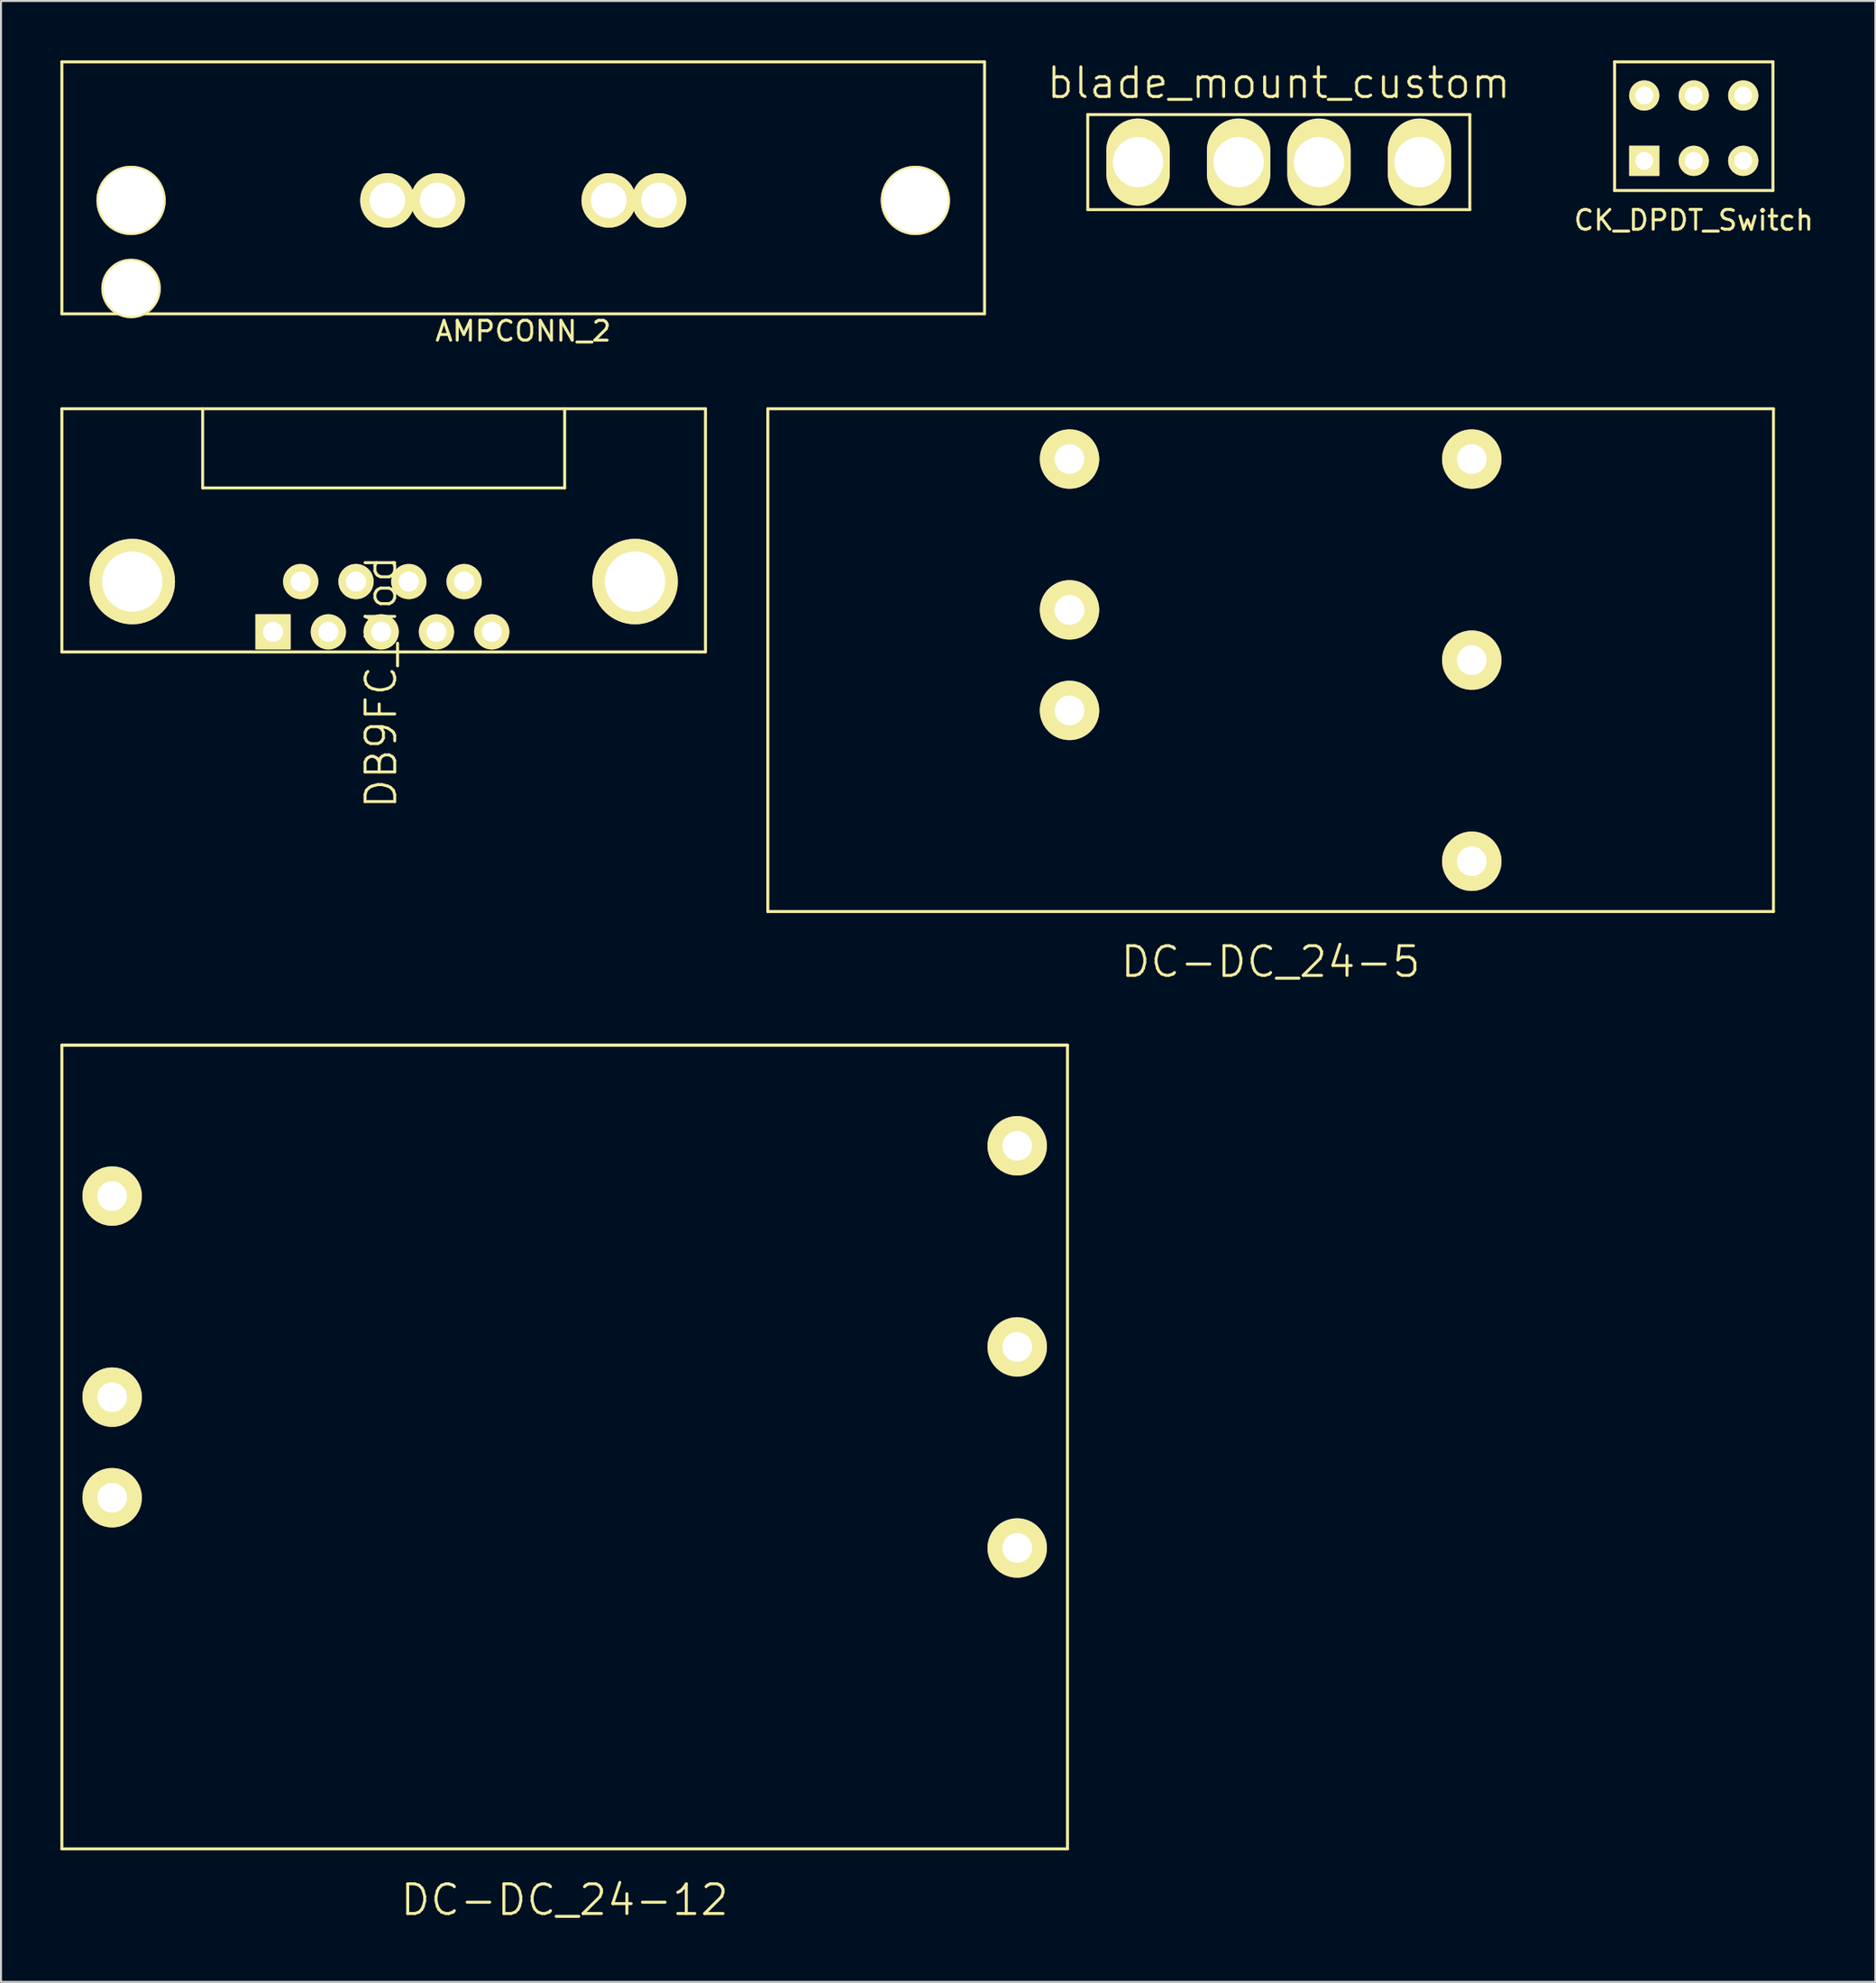
<source format=kicad_pcb>
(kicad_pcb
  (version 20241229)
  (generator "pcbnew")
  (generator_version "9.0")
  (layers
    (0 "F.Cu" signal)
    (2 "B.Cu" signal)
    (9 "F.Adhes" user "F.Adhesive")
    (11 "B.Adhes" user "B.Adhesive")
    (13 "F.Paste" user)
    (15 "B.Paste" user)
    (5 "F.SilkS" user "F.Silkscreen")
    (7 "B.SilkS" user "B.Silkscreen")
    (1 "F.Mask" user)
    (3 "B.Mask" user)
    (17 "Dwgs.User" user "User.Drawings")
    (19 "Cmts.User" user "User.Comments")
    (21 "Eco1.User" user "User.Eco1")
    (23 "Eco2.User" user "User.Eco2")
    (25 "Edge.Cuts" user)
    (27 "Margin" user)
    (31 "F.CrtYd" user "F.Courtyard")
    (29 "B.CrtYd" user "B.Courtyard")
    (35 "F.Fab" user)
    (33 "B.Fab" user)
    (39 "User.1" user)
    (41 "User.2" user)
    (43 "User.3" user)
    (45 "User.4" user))
  (footprint "DB9FC_Mod"
    (layer "F.Cu")
    (at 16.204 27.602)
    (property "Reference" "DB9FC_Mod" (at 0 3.81 90) (layer "F.SilkS") (effects (font (size 1.5 1.5) (thickness 0.15))))
    (attr through_hole)
    (fp_line (start -16.129 -10) (end -16.129 2.286) (stroke (width 0.15) (type solid)) (layer "F.SilkS"))
    (fp_line (start -16.129 2.286) (end 16.383 2.286) (stroke (width 0.15) (type solid)) (layer "F.SilkS"))
    (fp_line (start -9.017 -10) (end -9.017 -6) (stroke (width 0.15) (type solid)) (layer "F.SilkS"))
    (fp_line (start -9.017 -6) (end 9.271 -6) (stroke (width 0.15) (type solid)) (layer "F.SilkS"))
    (fp_line (start 9.271 -6) (end 9.271 -10) (stroke (width 0.15) (type solid)) (layer "F.SilkS"))
    (fp_line (start 16.383 -10) (end -16.129 -10) (stroke (width 0.15) (type solid)) (layer "F.SilkS"))
    (fp_line (start 16.383 2.286) (end 16.383 -10) (stroke (width 0.15) (type solid)) (layer "F.SilkS"))
    (pad "" thru_hole circle (at -12.573 -1.27) (size 4.318 4.318) (drill 3.048) (layers "*.Cu" "*.Mask" "F.SilkS"))
    (pad "" thru_hole circle (at 12.827 -1.27) (size 4.318 4.318) (drill 3.048) (layers "*.Cu" "*.Mask" "F.SilkS"))
    (pad "1" thru_hole rect (at -5.461 1.27) (size 1.778 1.778) (drill 1.016) (layers "*.Cu" "*.Mask" "F.SilkS"))
    (pad "2" thru_hole circle (at -2.667 1.27) (size 1.778 1.778) (drill 1.016) (layers "*.Cu" "*.Mask" "F.SilkS"))
    (pad "3" thru_hole circle (at 0 1.27) (size 1.778 1.778) (drill 1.016) (layers "*.Cu" "*.Mask" "F.SilkS"))
    (pad "4" thru_hole circle (at 2.794 1.27) (size 1.778 1.778) (drill 1.016) (layers "*.Cu" "*.Mask" "F.SilkS"))
    (pad "5" thru_hole circle (at 5.588 1.27) (size 1.778 1.778) (drill 1.016) (layers "*.Cu" "*.Mask" "F.SilkS"))
    (pad "6" thru_hole circle (at -4.064 -1.27) (size 1.778 1.778) (drill 1.016) (layers "*.Cu" "*.Mask" "F.SilkS"))
    (pad "7" thru_hole circle (at -1.27 -1.27) (size 1.778 1.778) (drill 1.016) (layers "*.Cu" "*.Mask" "F.SilkS"))
    (pad "8" thru_hole circle (at 1.397 -1.27) (size 1.778 1.778) (drill 1.016) (layers "*.Cu" "*.Mask" "F.SilkS"))
    (pad "9" thru_hole circle (at 4.191 -1.27) (size 1.778 1.778) (drill 1.016) (layers "*.Cu" "*.Mask" "F.SilkS")))
  (footprint "AMPCONN_2"
    (layer "F.Cu")
    (at 23.38 7.075)
    (property "Reference" "AMPCONN_2" (at 0 6.604 0) (layer "F.SilkS") (effects (font (size 1 1) (thickness 0.15))))
    (attr through_hole)
    (fp_line (start -23.305 -7) (end -23.305 5.73) (stroke (width 0.15) (type solid)) (layer "F.SilkS"))
    (fp_line (start 23.305 -7) (end -23.305 -7) (stroke (width 0.15) (type solid)) (layer "F.SilkS"))
    (fp_line (start 23.305 -7) (end 23.305 5.73) (stroke (width 0.15) (type solid)) (layer "F.SilkS"))
    (fp_line (start 23.305 5.73) (end -23.305 5.73) (stroke (width 0.15) (type solid)) (layer "F.SilkS"))
    (pad "0" thru_hole circle (at -19.81 0) (size 3.5 3.5) (drill 3.3) (layers "*.Cu" "*.Mask" "F.SilkS"))
    (pad "0" thru_hole circle (at -19.81 4.45) (size 3 3) (drill 2.79) (layers "*.Cu" "*.Mask" "F.SilkS"))
    (pad "0" thru_hole circle (at 19.81 0) (size 3.5 3.5) (drill 3.3) (layers "*.Cu" "*.Mask" "F.SilkS"))
    (pad "1" thru_hole circle (at -6.86 0) (size 2.75 2.75) (drill 1.8) (layers "*.Cu" "*.Mask" "F.SilkS"))
    (pad "1" thru_hole circle (at -4.32 0) (size 2.75 2.75) (drill 1.8) (layers "*.Cu" "*.Mask" "F.SilkS"))
    (pad "2" thru_hole circle (at 4.32 0) (size 2.75 2.75) (drill 1.8) (layers "*.Cu" "*.Mask" "F.SilkS"))
    (pad "2" thru_hole circle (at 6.86 0) (size 2.75 2.75) (drill 1.8) (layers "*.Cu" "*.Mask" "F.SilkS")))
  (footprint "DC-DC_24-12"
    (layer "F.Cu")
    (at 25.475 70.078)
    (property "Reference" "DC-DC_24-12" (at 0 22.86 0) (layer "F.SilkS") (effects (font (size 1.5 1.5) (thickness 0.15))))
    (attr through_hole)
    (fp_line (start -25.4 -20.32) (end -25.4 20.28) (stroke (width 0.15) (type solid)) (layer "F.SilkS"))
    (fp_line (start -25.4 -20.32) (end 25.4 -20.32) (stroke (width 0.15) (type solid)) (layer "F.SilkS"))
    (fp_line (start -25.4 -20.32) (end 25.4 -20.32) (stroke (width 0.15) (type solid)) (layer "F.SilkS"))
    (fp_line (start -25.4 20.28) (end 25.4 20.28) (stroke (width 0.15) (type solid)) (layer "F.SilkS"))
    (fp_line (start 25.4 -20.32) (end 25.4 20.28) (stroke (width 0.15) (type solid)) (layer "F.SilkS"))
    (pad "1" thru_hole circle (at -22.86 2.54) (size 3 3) (drill 1.5) (layers "*.Cu" "*.Mask" "F.SilkS"))
    (pad "2" thru_hole circle (at -22.86 -2.54) (size 3 3) (drill 1.5) (layers "*.Cu" "*.Mask" "F.SilkS"))
    (pad "3" thru_hole circle (at -22.86 -12.7) (size 3 3) (drill 1.5) (layers "*.Cu" "*.Mask" "F.SilkS"))
    (pad "4" thru_hole circle (at 22.86 -15.24) (size 3 3) (drill 1.5) (layers "*.Cu" "*.Mask" "F.SilkS"))
    (pad "5" thru_hole circle (at 22.86 -5.08) (size 3 3) (drill 1.5) (layers "*.Cu" "*.Mask" "F.SilkS"))
    (pad "6" thru_hole circle (at 22.86 5.08) (size 3 3) (drill 1.5) (layers "*.Cu" "*.Mask" "F.SilkS")))
  (footprint "DC-DC_24-5"
    (layer "F.Cu")
    (at 61.137 30.302)
    (property "Reference" "DC-DC_24-5" (at 0 15.24 0) (layer "F.SilkS") (effects (font (size 1.5 1.5) (thickness 0.15))))
    (attr through_hole)
    (fp_line (start -25.4 -12.7) (end -25.4 12.7) (stroke (width 0.15) (type solid)) (layer "F.SilkS"))
    (fp_line (start -25.4 -12.7) (end 25.4 -12.7) (stroke (width 0.15) (type solid)) (layer "F.SilkS"))
    (fp_line (start -25.4 12.7) (end 25.4 12.7) (stroke (width 0.15) (type solid)) (layer "F.SilkS"))
    (fp_line (start 25.4 -12.7) (end 25.4 12.7) (stroke (width 0.15) (type solid)) (layer "F.SilkS"))
    (pad "1" thru_hole circle (at -10.16 -2.54) (size 3 3) (drill 1.5) (layers "*.Cu" "*.Mask" "F.SilkS"))
    (pad "2" thru_hole circle (at -10.16 2.54) (size 3 3) (drill 1.5) (layers "*.Cu" "*.Mask" "F.SilkS"))
    (pad "3" thru_hole circle (at 10.16 10.16) (size 3 3) (drill 1.5) (layers "*.Cu" "*.Mask" "F.SilkS"))
    (pad "4" thru_hole circle (at 10.16 0) (size 3 3) (drill 1.5) (layers "*.Cu" "*.Mask" "F.SilkS"))
    (pad "5" thru_hole circle (at 10.16 -10.16) (size 3 3) (drill 1.5) (layers "*.Cu" "*.Mask" "F.SilkS"))
    (pad "6" thru_hole circle (at -10.16 -10.16) (size 3 3) (drill 1.5) (layers "*.Cu" "*.Mask" "F.SilkS")))
  (footprint "CK_DPDT_Switch"
    (layer "F.Cu")
    (at 80.011 5.075)
    (property "Reference" "CK_DPDT_Switch" (at 2.5 3 0) (layer "F.SilkS") (effects (font (size 1 1) (thickness 0.15))))
    (attr through_hole)
    (fp_line (start -1.5 -5) (end 6.5 -5) (stroke (width 0.15) (type solid)) (layer "F.SilkS"))
    (fp_line (start -1.5 1.5) (end -1.5 -5) (stroke (width 0.15) (type solid)) (layer "F.SilkS"))
    (fp_line (start 6.5 -5) (end 6.5 1.5) (stroke (width 0.15) (type solid)) (layer "F.SilkS"))
    (fp_line (start 6.5 1.5) (end -1.5 1.5) (stroke (width 0.15) (type solid)) (layer "F.SilkS"))
    (pad "1" thru_hole rect (at 0 0) (size 1.524 1.524) (drill 0.9) (layers "*.Cu" "*.Mask" "F.SilkS"))
    (pad "2" thru_hole circle (at 2.5 0) (size 1.524 1.524) (drill 0.9) (layers "*.Cu" "*.Mask" "F.SilkS"))
    (pad "3" thru_hole circle (at 5 0) (size 1.524 1.524) (drill 0.9) (layers "*.Cu" "*.Mask" "F.SilkS"))
    (pad "4" thru_hole circle (at 0 -3.3) (size 1.524 1.524) (drill 0.9) (layers "*.Cu" "*.Mask" "F.SilkS"))
    (pad "5" thru_hole circle (at 2.5 -3.3) (size 1.524 1.524) (drill 0.9) (layers "*.Cu" "*.Mask" "F.SilkS"))
    (pad "6" thru_hole circle (at 5 -3.3) (size 1.524 1.524) (drill 0.9) (layers "*.Cu" "*.Mask" "F.SilkS")))
  (footprint "blade_mount_custom"
    (layer "F.Cu")
    (at 61.549 5.141)
    (property "Reference" "blade_mount_custom" (at 0 -4 0) (layer "F.SilkS") (effects (font (size 1.5 1.5) (thickness 0.15))))
    (attr through_hole)
    (fp_line (start -9.65 -2.4) (end -9.65 2.4) (stroke (width 0.15) (type solid)) (layer "F.SilkS"))
    (fp_line (start -9.65 -2.4) (end 9.65 -2.4) (stroke (width 0.15) (type solid)) (layer "F.SilkS"))
    (fp_line (start -9.65 2.4) (end 9.65 2.4) (stroke (width 0.15) (type solid)) (layer "F.SilkS"))
    (fp_line (start 9.65 -2.4) (end 9.65 2.4) (stroke (width 0.15) (type solid)) (layer "F.SilkS"))
    (pad "" thru_hole oval (at -2.03 0) (size 3.2 4.4) (drill 2.54) (layers "*.Cu" "*.Mask" "F.SilkS"))
    (pad "" thru_hole oval (at 2.03 0) (size 3.2 4.4) (drill 2.54) (layers "*.Cu" "*.Mask" "F.SilkS"))
    (pad "1" thru_hole oval (at -7.11 0) (size 3.2 4.4) (drill 2.54) (layers "*.Cu" "*.Mask" "F.SilkS"))
    (pad "2" thru_hole oval (at 7.11 0) (size 3.2 4.4) (drill 2.54) (layers "*.Cu" "*.Mask" "F.SilkS")))
  (gr_rect
    (start -3 -3)
    (end 91.684 97.079)
    (stroke (width 0.1) (type default))
    (fill no)
    (layer "Edge.Cuts")))
</source>
